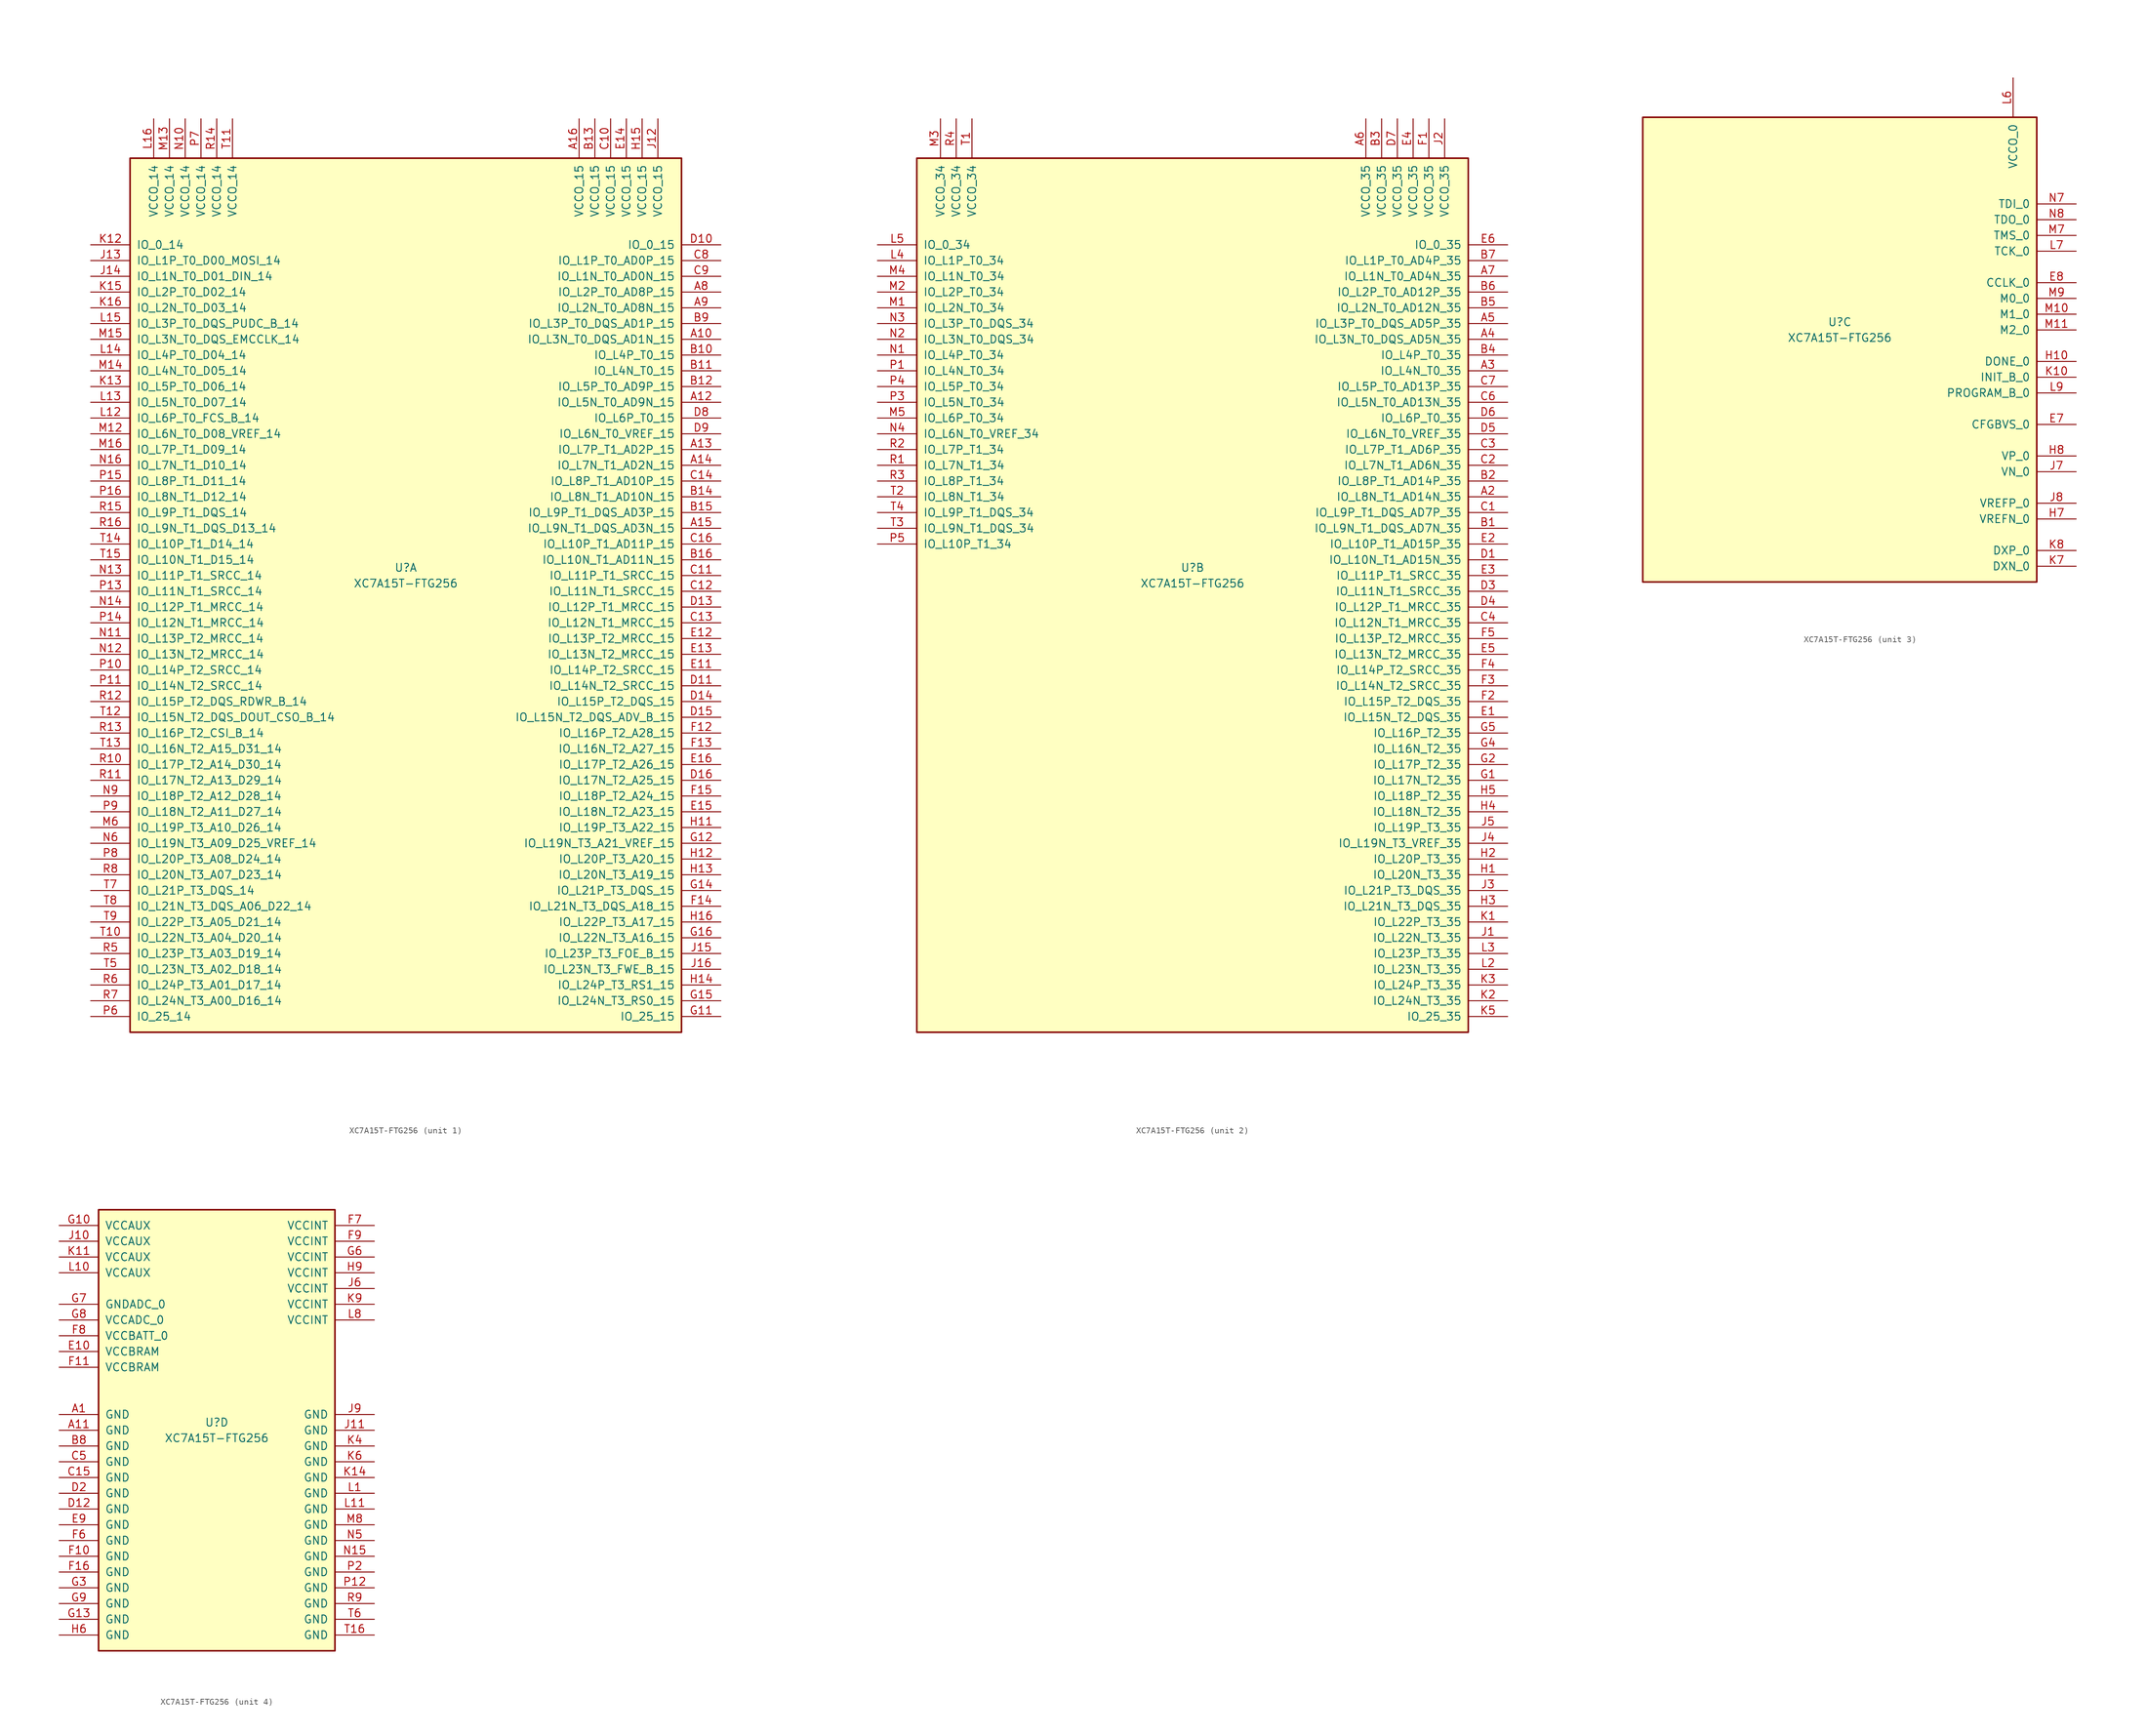
<source format=kicad_sym>
(kicad_symbol_lib
  (version 20211014)
  (generator kicad_symbol_editor)
  (symbol "XC7A15T-FTG256"
    (pin_names
      (offset 1.016))
    (property "Reference" "U"
      (at 0 1.27 0)
      (effects (font (size 1.27 1.27))))
    (property "Value" "XC7A15T-FTG256"
      (at 0 -1.27 0)
      (effects (font (size 1.27 1.27))))
    (property "Datasheet" ""
      (at 0 0 0)
      (effects (font (size 1.27 1.27))))
    (property "ki_locked" ""
      (at 0 0 0)
      (effects (font (size 1.27 1.27))))
    (symbol "XC7A15T-FTG256_1_1"
      (rectangle (start -44.45 67.31) (end 44.45 -73.66) (stroke (width 0.254) (type default) (color 0 0 0 0)) (fill (type background)))
      (pin bidirectional line (at 50.8 38.1 180) (length 6.35) (name "IO_L3N_T0_DQS_AD1N_15" (effects (font (size 1.27 1.27)))) (number "A10" (effects (font (size 1.27 1.27)))))
      (pin bidirectional line (at 50.8 27.94 180) (length 6.35) (name "IO_L5N_T0_AD9N_15" (effects (font (size 1.27 1.27)))) (number "A12" (effects (font (size 1.27 1.27)))))
      (pin bidirectional line (at 50.8 20.32 180) (length 6.35) (name "IO_L7P_T1_AD2P_15" (effects (font (size 1.27 1.27)))) (number "A13" (effects (font (size 1.27 1.27)))))
      (pin bidirectional line (at 50.8 17.78 180) (length 6.35) (name "IO_L7N_T1_AD2N_15" (effects (font (size 1.27 1.27)))) (number "A14" (effects (font (size 1.27 1.27)))))
      (pin bidirectional line (at 50.8 7.62 180) (length 6.35) (name "IO_L9N_T1_DQS_AD3N_15" (effects (font (size 1.27 1.27)))) (number "A15" (effects (font (size 1.27 1.27)))))
      (pin power_in line (at 27.94 73.66 270) (length 6.35) (name "VCCO_15" (effects (font (size 1.27 1.27)))) (number "A16" (effects (font (size 1.27 1.27)))))
      (pin bidirectional line (at 50.8 45.72 180) (length 6.35) (name "IO_L2P_T0_AD8P_15" (effects (font (size 1.27 1.27)))) (number "A8" (effects (font (size 1.27 1.27)))))
      (pin bidirectional line (at 50.8 43.18 180) (length 6.35) (name "IO_L2N_T0_AD8N_15" (effects (font (size 1.27 1.27)))) (number "A9" (effects (font (size 1.27 1.27)))))
      (pin bidirectional line (at 50.8 35.56 180) (length 6.35) (name "IO_L4P_T0_15" (effects (font (size 1.27 1.27)))) (number "B10" (effects (font (size 1.27 1.27)))))
      (pin bidirectional line (at 50.8 33.02 180) (length 6.35) (name "IO_L4N_T0_15" (effects (font (size 1.27 1.27)))) (number "B11" (effects (font (size 1.27 1.27)))))
      (pin bidirectional line (at 50.8 30.48 180) (length 6.35) (name "IO_L5P_T0_AD9P_15" (effects (font (size 1.27 1.27)))) (number "B12" (effects (font (size 1.27 1.27)))))
      (pin power_in line (at 30.48 73.66 270) (length 6.35) (name "VCCO_15" (effects (font (size 1.27 1.27)))) (number "B13" (effects (font (size 1.27 1.27)))))
      (pin bidirectional line (at 50.8 12.7 180) (length 6.35) (name "IO_L8N_T1_AD10N_15" (effects (font (size 1.27 1.27)))) (number "B14" (effects (font (size 1.27 1.27)))))
      (pin bidirectional line (at 50.8 10.16 180) (length 6.35) (name "IO_L9P_T1_DQS_AD3P_15" (effects (font (size 1.27 1.27)))) (number "B15" (effects (font (size 1.27 1.27)))))
      (pin bidirectional line (at 50.8 2.54 180) (length 6.35) (name "IO_L10N_T1_AD11N_15" (effects (font (size 1.27 1.27)))) (number "B16" (effects (font (size 1.27 1.27)))))
      (pin bidirectional line (at 50.8 40.64 180) (length 6.35) (name "IO_L3P_T0_DQS_AD1P_15" (effects (font (size 1.27 1.27)))) (number "B9" (effects (font (size 1.27 1.27)))))
      (pin power_in line (at 33.02 73.66 270) (length 6.35) (name "VCCO_15" (effects (font (size 1.27 1.27)))) (number "C10" (effects (font (size 1.27 1.27)))))
      (pin bidirectional line (at 50.8 0 180) (length 6.35) (name "IO_L11P_T1_SRCC_15" (effects (font (size 1.27 1.27)))) (number "C11" (effects (font (size 1.27 1.27)))))
      (pin bidirectional line (at 50.8 -2.54 180) (length 6.35) (name "IO_L11N_T1_SRCC_15" (effects (font (size 1.27 1.27)))) (number "C12" (effects (font (size 1.27 1.27)))))
      (pin bidirectional line (at 50.8 -7.62 180) (length 6.35) (name "IO_L12N_T1_MRCC_15" (effects (font (size 1.27 1.27)))) (number "C13" (effects (font (size 1.27 1.27)))))
      (pin bidirectional line (at 50.8 15.24 180) (length 6.35) (name "IO_L8P_T1_AD10P_15" (effects (font (size 1.27 1.27)))) (number "C14" (effects (font (size 1.27 1.27)))))
      (pin bidirectional line (at 50.8 5.08 180) (length 6.35) (name "IO_L10P_T1_AD11P_15" (effects (font (size 1.27 1.27)))) (number "C16" (effects (font (size 1.27 1.27)))))
      (pin bidirectional line (at 50.8 50.8 180) (length 6.35) (name "IO_L1P_T0_AD0P_15" (effects (font (size 1.27 1.27)))) (number "C8" (effects (font (size 1.27 1.27)))))
      (pin bidirectional line (at 50.8 48.26 180) (length 6.35) (name "IO_L1N_T0_AD0N_15" (effects (font (size 1.27 1.27)))) (number "C9" (effects (font (size 1.27 1.27)))))
      (pin bidirectional line (at 50.8 53.34 180) (length 6.35) (name "IO_0_15" (effects (font (size 1.27 1.27)))) (number "D10" (effects (font (size 1.27 1.27)))))
      (pin bidirectional line (at 50.8 -17.78 180) (length 6.35) (name "IO_L14N_T2_SRCC_15" (effects (font (size 1.27 1.27)))) (number "D11" (effects (font (size 1.27 1.27)))))
      (pin bidirectional line (at 50.8 -5.08 180) (length 6.35) (name "IO_L12P_T1_MRCC_15" (effects (font (size 1.27 1.27)))) (number "D13" (effects (font (size 1.27 1.27)))))
      (pin bidirectional line (at 50.8 -20.32 180) (length 6.35) (name "IO_L15P_T2_DQS_15" (effects (font (size 1.27 1.27)))) (number "D14" (effects (font (size 1.27 1.27)))))
      (pin bidirectional line (at 50.8 -22.86 180) (length 6.35) (name "IO_L15N_T2_DQS_ADV_B_15" (effects (font (size 1.27 1.27)))) (number "D15" (effects (font (size 1.27 1.27)))))
      (pin bidirectional line (at 50.8 -33.02 180) (length 6.35) (name "IO_L17N_T2_A25_15" (effects (font (size 1.27 1.27)))) (number "D16" (effects (font (size 1.27 1.27)))))
      (pin bidirectional line (at 50.8 25.4 180) (length 6.35) (name "IO_L6P_T0_15" (effects (font (size 1.27 1.27)))) (number "D8" (effects (font (size 1.27 1.27)))))
      (pin bidirectional line (at 50.8 22.86 180) (length 6.35) (name "IO_L6N_T0_VREF_15" (effects (font (size 1.27 1.27)))) (number "D9" (effects (font (size 1.27 1.27)))))
      (pin bidirectional line (at 50.8 -15.24 180) (length 6.35) (name "IO_L14P_T2_SRCC_15" (effects (font (size 1.27 1.27)))) (number "E11" (effects (font (size 1.27 1.27)))))
      (pin bidirectional line (at 50.8 -10.16 180) (length 6.35) (name "IO_L13P_T2_MRCC_15" (effects (font (size 1.27 1.27)))) (number "E12" (effects (font (size 1.27 1.27)))))
      (pin bidirectional line (at 50.8 -12.7 180) (length 6.35) (name "IO_L13N_T2_MRCC_15" (effects (font (size 1.27 1.27)))) (number "E13" (effects (font (size 1.27 1.27)))))
      (pin power_in line (at 35.56 73.66 270) (length 6.35) (name "VCCO_15" (effects (font (size 1.27 1.27)))) (number "E14" (effects (font (size 1.27 1.27)))))
      (pin bidirectional line (at 50.8 -38.1 180) (length 6.35) (name "IO_L18N_T2_A23_15" (effects (font (size 1.27 1.27)))) (number "E15" (effects (font (size 1.27 1.27)))))
      (pin bidirectional line (at 50.8 -30.48 180) (length 6.35) (name "IO_L17P_T2_A26_15" (effects (font (size 1.27 1.27)))) (number "E16" (effects (font (size 1.27 1.27)))))
      (pin bidirectional line (at 50.8 -25.4 180) (length 6.35) (name "IO_L16P_T2_A28_15" (effects (font (size 1.27 1.27)))) (number "F12" (effects (font (size 1.27 1.27)))))
      (pin bidirectional line (at 50.8 -27.94 180) (length 6.35) (name "IO_L16N_T2_A27_15" (effects (font (size 1.27 1.27)))) (number "F13" (effects (font (size 1.27 1.27)))))
      (pin bidirectional line (at 50.8 -53.34 180) (length 6.35) (name "IO_L21N_T3_DQS_A18_15" (effects (font (size 1.27 1.27)))) (number "F14" (effects (font (size 1.27 1.27)))))
      (pin bidirectional line (at 50.8 -35.56 180) (length 6.35) (name "IO_L18P_T2_A24_15" (effects (font (size 1.27 1.27)))) (number "F15" (effects (font (size 1.27 1.27)))))
      (pin bidirectional line (at 50.8 -71.12 180) (length 6.35) (name "IO_25_15" (effects (font (size 1.27 1.27)))) (number "G11" (effects (font (size 1.27 1.27)))))
      (pin bidirectional line (at 50.8 -43.18 180) (length 6.35) (name "IO_L19N_T3_A21_VREF_15" (effects (font (size 1.27 1.27)))) (number "G12" (effects (font (size 1.27 1.27)))))
      (pin bidirectional line (at 50.8 -50.8 180) (length 6.35) (name "IO_L21P_T3_DQS_15" (effects (font (size 1.27 1.27)))) (number "G14" (effects (font (size 1.27 1.27)))))
      (pin bidirectional line (at 50.8 -68.58 180) (length 6.35) (name "IO_L24N_T3_RS0_15" (effects (font (size 1.27 1.27)))) (number "G15" (effects (font (size 1.27 1.27)))))
      (pin bidirectional line (at 50.8 -58.42 180) (length 6.35) (name "IO_L22N_T3_A16_15" (effects (font (size 1.27 1.27)))) (number "G16" (effects (font (size 1.27 1.27)))))
      (pin bidirectional line (at 50.8 -40.64 180) (length 6.35) (name "IO_L19P_T3_A22_15" (effects (font (size 1.27 1.27)))) (number "H11" (effects (font (size 1.27 1.27)))))
      (pin bidirectional line (at 50.8 -45.72 180) (length 6.35) (name "IO_L20P_T3_A20_15" (effects (font (size 1.27 1.27)))) (number "H12" (effects (font (size 1.27 1.27)))))
      (pin bidirectional line (at 50.8 -48.26 180) (length 6.35) (name "IO_L20N_T3_A19_15" (effects (font (size 1.27 1.27)))) (number "H13" (effects (font (size 1.27 1.27)))))
      (pin bidirectional line (at 50.8 -66.04 180) (length 6.35) (name "IO_L24P_T3_RS1_15" (effects (font (size 1.27 1.27)))) (number "H14" (effects (font (size 1.27 1.27)))))
      (pin power_in line (at 38.1 73.66 270) (length 6.35) (name "VCCO_15" (effects (font (size 1.27 1.27)))) (number "H15" (effects (font (size 1.27 1.27)))))
      (pin bidirectional line (at 50.8 -55.88 180) (length 6.35) (name "IO_L22P_T3_A17_15" (effects (font (size 1.27 1.27)))) (number "H16" (effects (font (size 1.27 1.27)))))
      (pin power_in line (at 40.64 73.66 270) (length 6.35) (name "VCCO_15" (effects (font (size 1.27 1.27)))) (number "J12" (effects (font (size 1.27 1.27)))))
      (pin bidirectional line (at -50.8 50.8 0) (length 6.35) (name "IO_L1P_T0_D00_MOSI_14" (effects (font (size 1.27 1.27)))) (number "J13" (effects (font (size 1.27 1.27)))))
      (pin bidirectional line (at -50.8 48.26 0) (length 6.35) (name "IO_L1N_T0_D01_DIN_14" (effects (font (size 1.27 1.27)))) (number "J14" (effects (font (size 1.27 1.27)))))
      (pin bidirectional line (at 50.8 -60.96 180) (length 6.35) (name "IO_L23P_T3_FOE_B_15" (effects (font (size 1.27 1.27)))) (number "J15" (effects (font (size 1.27 1.27)))))
      (pin bidirectional line (at 50.8 -63.5 180) (length 6.35) (name "IO_L23N_T3_FWE_B_15" (effects (font (size 1.27 1.27)))) (number "J16" (effects (font (size 1.27 1.27)))))
      (pin bidirectional line (at -50.8 53.34 0) (length 6.35) (name "IO_0_14" (effects (font (size 1.27 1.27)))) (number "K12" (effects (font (size 1.27 1.27)))))
      (pin bidirectional line (at -50.8 30.48 0) (length 6.35) (name "IO_L5P_T0_D06_14" (effects (font (size 1.27 1.27)))) (number "K13" (effects (font (size 1.27 1.27)))))
      (pin bidirectional line (at -50.8 45.72 0) (length 6.35) (name "IO_L2P_T0_D02_14" (effects (font (size 1.27 1.27)))) (number "K15" (effects (font (size 1.27 1.27)))))
      (pin bidirectional line (at -50.8 43.18 0) (length 6.35) (name "IO_L2N_T0_D03_14" (effects (font (size 1.27 1.27)))) (number "K16" (effects (font (size 1.27 1.27)))))
      (pin bidirectional line (at -50.8 25.4 0) (length 6.35) (name "IO_L6P_T0_FCS_B_14" (effects (font (size 1.27 1.27)))) (number "L12" (effects (font (size 1.27 1.27)))))
      (pin bidirectional line (at -50.8 27.94 0) (length 6.35) (name "IO_L5N_T0_D07_14" (effects (font (size 1.27 1.27)))) (number "L13" (effects (font (size 1.27 1.27)))))
      (pin bidirectional line (at -50.8 35.56 0) (length 6.35) (name "IO_L4P_T0_D04_14" (effects (font (size 1.27 1.27)))) (number "L14" (effects (font (size 1.27 1.27)))))
      (pin bidirectional line (at -50.8 40.64 0) (length 6.35) (name "IO_L3P_T0_DQS_PUDC_B_14" (effects (font (size 1.27 1.27)))) (number "L15" (effects (font (size 1.27 1.27)))))
      (pin power_in line (at -40.64 73.66 270) (length 6.35) (name "VCCO_14" (effects (font (size 1.27 1.27)))) (number "L16" (effects (font (size 1.27 1.27)))))
      (pin bidirectional line (at -50.8 22.86 0) (length 6.35) (name "IO_L6N_T0_D08_VREF_14" (effects (font (size 1.27 1.27)))) (number "M12" (effects (font (size 1.27 1.27)))))
      (pin power_in line (at -38.1 73.66 270) (length 6.35) (name "VCCO_14" (effects (font (size 1.27 1.27)))) (number "M13" (effects (font (size 1.27 1.27)))))
      (pin bidirectional line (at -50.8 33.02 0) (length 6.35) (name "IO_L4N_T0_D05_14" (effects (font (size 1.27 1.27)))) (number "M14" (effects (font (size 1.27 1.27)))))
      (pin bidirectional line (at -50.8 38.1 0) (length 6.35) (name "IO_L3N_T0_DQS_EMCCLK_14" (effects (font (size 1.27 1.27)))) (number "M15" (effects (font (size 1.27 1.27)))))
      (pin bidirectional line (at -50.8 20.32 0) (length 6.35) (name "IO_L7P_T1_D09_14" (effects (font (size 1.27 1.27)))) (number "M16" (effects (font (size 1.27 1.27)))))
      (pin bidirectional line (at -50.8 -40.64 0) (length 6.35) (name "IO_L19P_T3_A10_D26_14" (effects (font (size 1.27 1.27)))) (number "M6" (effects (font (size 1.27 1.27)))))
      (pin power_in line (at -35.56 73.66 270) (length 6.35) (name "VCCO_14" (effects (font (size 1.27 1.27)))) (number "N10" (effects (font (size 1.27 1.27)))))
      (pin bidirectional line (at -50.8 -10.16 0) (length 6.35) (name "IO_L13P_T2_MRCC_14" (effects (font (size 1.27 1.27)))) (number "N11" (effects (font (size 1.27 1.27)))))
      (pin bidirectional line (at -50.8 -12.7 0) (length 6.35) (name "IO_L13N_T2_MRCC_14" (effects (font (size 1.27 1.27)))) (number "N12" (effects (font (size 1.27 1.27)))))
      (pin bidirectional line (at -50.8 0 0) (length 6.35) (name "IO_L11P_T1_SRCC_14" (effects (font (size 1.27 1.27)))) (number "N13" (effects (font (size 1.27 1.27)))))
      (pin bidirectional line (at -50.8 -5.08 0) (length 6.35) (name "IO_L12P_T1_MRCC_14" (effects (font (size 1.27 1.27)))) (number "N14" (effects (font (size 1.27 1.27)))))
      (pin bidirectional line (at -50.8 17.78 0) (length 6.35) (name "IO_L7N_T1_D10_14" (effects (font (size 1.27 1.27)))) (number "N16" (effects (font (size 1.27 1.27)))))
      (pin bidirectional line (at -50.8 -43.18 0) (length 6.35) (name "IO_L19N_T3_A09_D25_VREF_14" (effects (font (size 1.27 1.27)))) (number "N6" (effects (font (size 1.27 1.27)))))
      (pin bidirectional line (at -50.8 -35.56 0) (length 6.35) (name "IO_L18P_T2_A12_D28_14" (effects (font (size 1.27 1.27)))) (number "N9" (effects (font (size 1.27 1.27)))))
      (pin bidirectional line (at -50.8 -15.24 0) (length 6.35) (name "IO_L14P_T2_SRCC_14" (effects (font (size 1.27 1.27)))) (number "P10" (effects (font (size 1.27 1.27)))))
      (pin bidirectional line (at -50.8 -17.78 0) (length 6.35) (name "IO_L14N_T2_SRCC_14" (effects (font (size 1.27 1.27)))) (number "P11" (effects (font (size 1.27 1.27)))))
      (pin bidirectional line (at -50.8 -2.54 0) (length 6.35) (name "IO_L11N_T1_SRCC_14" (effects (font (size 1.27 1.27)))) (number "P13" (effects (font (size 1.27 1.27)))))
      (pin bidirectional line (at -50.8 -7.62 0) (length 6.35) (name "IO_L12N_T1_MRCC_14" (effects (font (size 1.27 1.27)))) (number "P14" (effects (font (size 1.27 1.27)))))
      (pin bidirectional line (at -50.8 15.24 0) (length 6.35) (name "IO_L8P_T1_D11_14" (effects (font (size 1.27 1.27)))) (number "P15" (effects (font (size 1.27 1.27)))))
      (pin bidirectional line (at -50.8 12.7 0) (length 6.35) (name "IO_L8N_T1_D12_14" (effects (font (size 1.27 1.27)))) (number "P16" (effects (font (size 1.27 1.27)))))
      (pin bidirectional line (at -50.8 -71.12 0) (length 6.35) (name "IO_25_14" (effects (font (size 1.27 1.27)))) (number "P6" (effects (font (size 1.27 1.27)))))
      (pin power_in line (at -33.02 73.66 270) (length 6.35) (name "VCCO_14" (effects (font (size 1.27 1.27)))) (number "P7" (effects (font (size 1.27 1.27)))))
      (pin bidirectional line (at -50.8 -45.72 0) (length 6.35) (name "IO_L20P_T3_A08_D24_14" (effects (font (size 1.27 1.27)))) (number "P8" (effects (font (size 1.27 1.27)))))
      (pin bidirectional line (at -50.8 -38.1 0) (length 6.35) (name "IO_L18N_T2_A11_D27_14" (effects (font (size 1.27 1.27)))) (number "P9" (effects (font (size 1.27 1.27)))))
      (pin bidirectional line (at -50.8 -30.48 0) (length 6.35) (name "IO_L17P_T2_A14_D30_14" (effects (font (size 1.27 1.27)))) (number "R10" (effects (font (size 1.27 1.27)))))
      (pin bidirectional line (at -50.8 -33.02 0) (length 6.35) (name "IO_L17N_T2_A13_D29_14" (effects (font (size 1.27 1.27)))) (number "R11" (effects (font (size 1.27 1.27)))))
      (pin bidirectional line (at -50.8 -20.32 0) (length 6.35) (name "IO_L15P_T2_DQS_RDWR_B_14" (effects (font (size 1.27 1.27)))) (number "R12" (effects (font (size 1.27 1.27)))))
      (pin bidirectional line (at -50.8 -25.4 0) (length 6.35) (name "IO_L16P_T2_CSI_B_14" (effects (font (size 1.27 1.27)))) (number "R13" (effects (font (size 1.27 1.27)))))
      (pin power_in line (at -30.48 73.66 270) (length 6.35) (name "VCCO_14" (effects (font (size 1.27 1.27)))) (number "R14" (effects (font (size 1.27 1.27)))))
      (pin bidirectional line (at -50.8 10.16 0) (length 6.35) (name "IO_L9P_T1_DQS_14" (effects (font (size 1.27 1.27)))) (number "R15" (effects (font (size 1.27 1.27)))))
      (pin bidirectional line (at -50.8 7.62 0) (length 6.35) (name "IO_L9N_T1_DQS_D13_14" (effects (font (size 1.27 1.27)))) (number "R16" (effects (font (size 1.27 1.27)))))
      (pin bidirectional line (at -50.8 -60.96 0) (length 6.35) (name "IO_L23P_T3_A03_D19_14" (effects (font (size 1.27 1.27)))) (number "R5" (effects (font (size 1.27 1.27)))))
      (pin bidirectional line (at -50.8 -66.04 0) (length 6.35) (name "IO_L24P_T3_A01_D17_14" (effects (font (size 1.27 1.27)))) (number "R6" (effects (font (size 1.27 1.27)))))
      (pin bidirectional line (at -50.8 -68.58 0) (length 6.35) (name "IO_L24N_T3_A00_D16_14" (effects (font (size 1.27 1.27)))) (number "R7" (effects (font (size 1.27 1.27)))))
      (pin bidirectional line (at -50.8 -48.26 0) (length 6.35) (name "IO_L20N_T3_A07_D23_14" (effects (font (size 1.27 1.27)))) (number "R8" (effects (font (size 1.27 1.27)))))
      (pin bidirectional line (at -50.8 -58.42 0) (length 6.35) (name "IO_L22N_T3_A04_D20_14" (effects (font (size 1.27 1.27)))) (number "T10" (effects (font (size 1.27 1.27)))))
      (pin power_in line (at -27.94 73.66 270) (length 6.35) (name "VCCO_14" (effects (font (size 1.27 1.27)))) (number "T11" (effects (font (size 1.27 1.27)))))
      (pin bidirectional line (at -50.8 -22.86 0) (length 6.35) (name "IO_L15N_T2_DQS_DOUT_CSO_B_14" (effects (font (size 1.27 1.27)))) (number "T12" (effects (font (size 1.27 1.27)))))
      (pin bidirectional line (at -50.8 -27.94 0) (length 6.35) (name "IO_L16N_T2_A15_D31_14" (effects (font (size 1.27 1.27)))) (number "T13" (effects (font (size 1.27 1.27)))))
      (pin bidirectional line (at -50.8 5.08 0) (length 6.35) (name "IO_L10P_T1_D14_14" (effects (font (size 1.27 1.27)))) (number "T14" (effects (font (size 1.27 1.27)))))
      (pin bidirectional line (at -50.8 2.54 0) (length 6.35) (name "IO_L10N_T1_D15_14" (effects (font (size 1.27 1.27)))) (number "T15" (effects (font (size 1.27 1.27)))))
      (pin bidirectional line (at -50.8 -63.5 0) (length 6.35) (name "IO_L23N_T3_A02_D18_14" (effects (font (size 1.27 1.27)))) (number "T5" (effects (font (size 1.27 1.27)))))
      (pin bidirectional line (at -50.8 -50.8 0) (length 6.35) (name "IO_L21P_T3_DQS_14" (effects (font (size 1.27 1.27)))) (number "T7" (effects (font (size 1.27 1.27)))))
      (pin bidirectional line (at -50.8 -53.34 0) (length 6.35) (name "IO_L21N_T3_DQS_A06_D22_14" (effects (font (size 1.27 1.27)))) (number "T8" (effects (font (size 1.27 1.27)))))
      (pin bidirectional line (at -50.8 -55.88 0) (length 6.35) (name "IO_L22P_T3_A05_D21_14" (effects (font (size 1.27 1.27)))) (number "T9" (effects (font (size 1.27 1.27))))))
    (symbol "XC7A15T-FTG256_2_1"
      (rectangle (start -44.45 67.31) (end 44.45 -73.66) (stroke (width 0.254) (type default) (color 0 0 0 0)) (fill (type background)))
      (pin bidirectional line (at 50.8 12.7 180) (length 6.35) (name "IO_L8N_T1_AD14N_35" (effects (font (size 1.27 1.27)))) (number "A2" (effects (font (size 1.27 1.27)))))
      (pin bidirectional line (at 50.8 33.02 180) (length 6.35) (name "IO_L4N_T0_35" (effects (font (size 1.27 1.27)))) (number "A3" (effects (font (size 1.27 1.27)))))
      (pin bidirectional line (at 50.8 38.1 180) (length 6.35) (name "IO_L3N_T0_DQS_AD5N_35" (effects (font (size 1.27 1.27)))) (number "A4" (effects (font (size 1.27 1.27)))))
      (pin bidirectional line (at 50.8 40.64 180) (length 6.35) (name "IO_L3P_T0_DQS_AD5P_35" (effects (font (size 1.27 1.27)))) (number "A5" (effects (font (size 1.27 1.27)))))
      (pin power_in line (at 27.94 73.66 270) (length 6.35) (name "VCCO_35" (effects (font (size 1.27 1.27)))) (number "A6" (effects (font (size 1.27 1.27)))))
      (pin bidirectional line (at 50.8 48.26 180) (length 6.35) (name "IO_L1N_T0_AD4N_35" (effects (font (size 1.27 1.27)))) (number "A7" (effects (font (size 1.27 1.27)))))
      (pin bidirectional line (at 50.8 7.62 180) (length 6.35) (name "IO_L9N_T1_DQS_AD7N_35" (effects (font (size 1.27 1.27)))) (number "B1" (effects (font (size 1.27 1.27)))))
      (pin bidirectional line (at 50.8 15.24 180) (length 6.35) (name "IO_L8P_T1_AD14P_35" (effects (font (size 1.27 1.27)))) (number "B2" (effects (font (size 1.27 1.27)))))
      (pin power_in line (at 30.48 73.66 270) (length 6.35) (name "VCCO_35" (effects (font (size 1.27 1.27)))) (number "B3" (effects (font (size 1.27 1.27)))))
      (pin bidirectional line (at 50.8 35.56 180) (length 6.35) (name "IO_L4P_T0_35" (effects (font (size 1.27 1.27)))) (number "B4" (effects (font (size 1.27 1.27)))))
      (pin bidirectional line (at 50.8 43.18 180) (length 6.35) (name "IO_L2N_T0_AD12N_35" (effects (font (size 1.27 1.27)))) (number "B5" (effects (font (size 1.27 1.27)))))
      (pin bidirectional line (at 50.8 45.72 180) (length 6.35) (name "IO_L2P_T0_AD12P_35" (effects (font (size 1.27 1.27)))) (number "B6" (effects (font (size 1.27 1.27)))))
      (pin bidirectional line (at 50.8 50.8 180) (length 6.35) (name "IO_L1P_T0_AD4P_35" (effects (font (size 1.27 1.27)))) (number "B7" (effects (font (size 1.27 1.27)))))
      (pin bidirectional line (at 50.8 10.16 180) (length 6.35) (name "IO_L9P_T1_DQS_AD7P_35" (effects (font (size 1.27 1.27)))) (number "C1" (effects (font (size 1.27 1.27)))))
      (pin bidirectional line (at 50.8 17.78 180) (length 6.35) (name "IO_L7N_T1_AD6N_35" (effects (font (size 1.27 1.27)))) (number "C2" (effects (font (size 1.27 1.27)))))
      (pin bidirectional line (at 50.8 20.32 180) (length 6.35) (name "IO_L7P_T1_AD6P_35" (effects (font (size 1.27 1.27)))) (number "C3" (effects (font (size 1.27 1.27)))))
      (pin bidirectional line (at 50.8 -7.62 180) (length 6.35) (name "IO_L12N_T1_MRCC_35" (effects (font (size 1.27 1.27)))) (number "C4" (effects (font (size 1.27 1.27)))))
      (pin bidirectional line (at 50.8 27.94 180) (length 6.35) (name "IO_L5N_T0_AD13N_35" (effects (font (size 1.27 1.27)))) (number "C6" (effects (font (size 1.27 1.27)))))
      (pin bidirectional line (at 50.8 30.48 180) (length 6.35) (name "IO_L5P_T0_AD13P_35" (effects (font (size 1.27 1.27)))) (number "C7" (effects (font (size 1.27 1.27)))))
      (pin bidirectional line (at 50.8 2.54 180) (length 6.35) (name "IO_L10N_T1_AD15N_35" (effects (font (size 1.27 1.27)))) (number "D1" (effects (font (size 1.27 1.27)))))
      (pin bidirectional line (at 50.8 -2.54 180) (length 6.35) (name "IO_L11N_T1_SRCC_35" (effects (font (size 1.27 1.27)))) (number "D3" (effects (font (size 1.27 1.27)))))
      (pin bidirectional line (at 50.8 -5.08 180) (length 6.35) (name "IO_L12P_T1_MRCC_35" (effects (font (size 1.27 1.27)))) (number "D4" (effects (font (size 1.27 1.27)))))
      (pin bidirectional line (at 50.8 22.86 180) (length 6.35) (name "IO_L6N_T0_VREF_35" (effects (font (size 1.27 1.27)))) (number "D5" (effects (font (size 1.27 1.27)))))
      (pin bidirectional line (at 50.8 25.4 180) (length 6.35) (name "IO_L6P_T0_35" (effects (font (size 1.27 1.27)))) (number "D6" (effects (font (size 1.27 1.27)))))
      (pin power_in line (at 33.02 73.66 270) (length 6.35) (name "VCCO_35" (effects (font (size 1.27 1.27)))) (number "D7" (effects (font (size 1.27 1.27)))))
      (pin bidirectional line (at 50.8 -22.86 180) (length 6.35) (name "IO_L15N_T2_DQS_35" (effects (font (size 1.27 1.27)))) (number "E1" (effects (font (size 1.27 1.27)))))
      (pin bidirectional line (at 50.8 5.08 180) (length 6.35) (name "IO_L10P_T1_AD15P_35" (effects (font (size 1.27 1.27)))) (number "E2" (effects (font (size 1.27 1.27)))))
      (pin bidirectional line (at 50.8 0 180) (length 6.35) (name "IO_L11P_T1_SRCC_35" (effects (font (size 1.27 1.27)))) (number "E3" (effects (font (size 1.27 1.27)))))
      (pin power_in line (at 35.56 73.66 270) (length 6.35) (name "VCCO_35" (effects (font (size 1.27 1.27)))) (number "E4" (effects (font (size 1.27 1.27)))))
      (pin bidirectional line (at 50.8 -12.7 180) (length 6.35) (name "IO_L13N_T2_MRCC_35" (effects (font (size 1.27 1.27)))) (number "E5" (effects (font (size 1.27 1.27)))))
      (pin bidirectional line (at 50.8 53.34 180) (length 6.35) (name "IO_0_35" (effects (font (size 1.27 1.27)))) (number "E6" (effects (font (size 1.27 1.27)))))
      (pin power_in line (at 38.1 73.66 270) (length 6.35) (name "VCCO_35" (effects (font (size 1.27 1.27)))) (number "F1" (effects (font (size 1.27 1.27)))))
      (pin bidirectional line (at 50.8 -20.32 180) (length 6.35) (name "IO_L15P_T2_DQS_35" (effects (font (size 1.27 1.27)))) (number "F2" (effects (font (size 1.27 1.27)))))
      (pin bidirectional line (at 50.8 -17.78 180) (length 6.35) (name "IO_L14N_T2_SRCC_35" (effects (font (size 1.27 1.27)))) (number "F3" (effects (font (size 1.27 1.27)))))
      (pin bidirectional line (at 50.8 -15.24 180) (length 6.35) (name "IO_L14P_T2_SRCC_35" (effects (font (size 1.27 1.27)))) (number "F4" (effects (font (size 1.27 1.27)))))
      (pin bidirectional line (at 50.8 -10.16 180) (length 6.35) (name "IO_L13P_T2_MRCC_35" (effects (font (size 1.27 1.27)))) (number "F5" (effects (font (size 1.27 1.27)))))
      (pin bidirectional line (at 50.8 -33.02 180) (length 6.35) (name "IO_L17N_T2_35" (effects (font (size 1.27 1.27)))) (number "G1" (effects (font (size 1.27 1.27)))))
      (pin bidirectional line (at 50.8 -30.48 180) (length 6.35) (name "IO_L17P_T2_35" (effects (font (size 1.27 1.27)))) (number "G2" (effects (font (size 1.27 1.27)))))
      (pin bidirectional line (at 50.8 -27.94 180) (length 6.35) (name "IO_L16N_T2_35" (effects (font (size 1.27 1.27)))) (number "G4" (effects (font (size 1.27 1.27)))))
      (pin bidirectional line (at 50.8 -25.4 180) (length 6.35) (name "IO_L16P_T2_35" (effects (font (size 1.27 1.27)))) (number "G5" (effects (font (size 1.27 1.27)))))
      (pin bidirectional line (at 50.8 -48.26 180) (length 6.35) (name "IO_L20N_T3_35" (effects (font (size 1.27 1.27)))) (number "H1" (effects (font (size 1.27 1.27)))))
      (pin bidirectional line (at 50.8 -45.72 180) (length 6.35) (name "IO_L20P_T3_35" (effects (font (size 1.27 1.27)))) (number "H2" (effects (font (size 1.27 1.27)))))
      (pin bidirectional line (at 50.8 -53.34 180) (length 6.35) (name "IO_L21N_T3_DQS_35" (effects (font (size 1.27 1.27)))) (number "H3" (effects (font (size 1.27 1.27)))))
      (pin bidirectional line (at 50.8 -38.1 180) (length 6.35) (name "IO_L18N_T2_35" (effects (font (size 1.27 1.27)))) (number "H4" (effects (font (size 1.27 1.27)))))
      (pin bidirectional line (at 50.8 -35.56 180) (length 6.35) (name "IO_L18P_T2_35" (effects (font (size 1.27 1.27)))) (number "H5" (effects (font (size 1.27 1.27)))))
      (pin bidirectional line (at 50.8 -58.42 180) (length 6.35) (name "IO_L22N_T3_35" (effects (font (size 1.27 1.27)))) (number "J1" (effects (font (size 1.27 1.27)))))
      (pin power_in line (at 40.64 73.66 270) (length 6.35) (name "VCCO_35" (effects (font (size 1.27 1.27)))) (number "J2" (effects (font (size 1.27 1.27)))))
      (pin bidirectional line (at 50.8 -50.8 180) (length 6.35) (name "IO_L21P_T3_DQS_35" (effects (font (size 1.27 1.27)))) (number "J3" (effects (font (size 1.27 1.27)))))
      (pin bidirectional line (at 50.8 -43.18 180) (length 6.35) (name "IO_L19N_T3_VREF_35" (effects (font (size 1.27 1.27)))) (number "J4" (effects (font (size 1.27 1.27)))))
      (pin bidirectional line (at 50.8 -40.64 180) (length 6.35) (name "IO_L19P_T3_35" (effects (font (size 1.27 1.27)))) (number "J5" (effects (font (size 1.27 1.27)))))
      (pin bidirectional line (at 50.8 -55.88 180) (length 6.35) (name "IO_L22P_T3_35" (effects (font (size 1.27 1.27)))) (number "K1" (effects (font (size 1.27 1.27)))))
      (pin bidirectional line (at 50.8 -68.58 180) (length 6.35) (name "IO_L24N_T3_35" (effects (font (size 1.27 1.27)))) (number "K2" (effects (font (size 1.27 1.27)))))
      (pin bidirectional line (at 50.8 -66.04 180) (length 6.35) (name "IO_L24P_T3_35" (effects (font (size 1.27 1.27)))) (number "K3" (effects (font (size 1.27 1.27)))))
      (pin bidirectional line (at 50.8 -71.12 180) (length 6.35) (name "IO_25_35" (effects (font (size 1.27 1.27)))) (number "K5" (effects (font (size 1.27 1.27)))))
      (pin bidirectional line (at 50.8 -63.5 180) (length 6.35) (name "IO_L23N_T3_35" (effects (font (size 1.27 1.27)))) (number "L2" (effects (font (size 1.27 1.27)))))
      (pin bidirectional line (at 50.8 -60.96 180) (length 6.35) (name "IO_L23P_T3_35" (effects (font (size 1.27 1.27)))) (number "L3" (effects (font (size 1.27 1.27)))))
      (pin bidirectional line (at -50.8 50.8 0) (length 6.35) (name "IO_L1P_T0_34" (effects (font (size 1.27 1.27)))) (number "L4" (effects (font (size 1.27 1.27)))))
      (pin bidirectional line (at -50.8 53.34 0) (length 6.35) (name "IO_0_34" (effects (font (size 1.27 1.27)))) (number "L5" (effects (font (size 1.27 1.27)))))
      (pin bidirectional line (at -50.8 43.18 0) (length 6.35) (name "IO_L2N_T0_34" (effects (font (size 1.27 1.27)))) (number "M1" (effects (font (size 1.27 1.27)))))
      (pin bidirectional line (at -50.8 45.72 0) (length 6.35) (name "IO_L2P_T0_34" (effects (font (size 1.27 1.27)))) (number "M2" (effects (font (size 1.27 1.27)))))
      (pin power_in line (at -40.64 73.66 270) (length 6.35) (name "VCCO_34" (effects (font (size 1.27 1.27)))) (number "M3" (effects (font (size 1.27 1.27)))))
      (pin bidirectional line (at -50.8 48.26 0) (length 6.35) (name "IO_L1N_T0_34" (effects (font (size 1.27 1.27)))) (number "M4" (effects (font (size 1.27 1.27)))))
      (pin bidirectional line (at -50.8 25.4 0) (length 6.35) (name "IO_L6P_T0_34" (effects (font (size 1.27 1.27)))) (number "M5" (effects (font (size 1.27 1.27)))))
      (pin bidirectional line (at -50.8 35.56 0) (length 6.35) (name "IO_L4P_T0_34" (effects (font (size 1.27 1.27)))) (number "N1" (effects (font (size 1.27 1.27)))))
      (pin bidirectional line (at -50.8 38.1 0) (length 6.35) (name "IO_L3N_T0_DQS_34" (effects (font (size 1.27 1.27)))) (number "N2" (effects (font (size 1.27 1.27)))))
      (pin bidirectional line (at -50.8 40.64 0) (length 6.35) (name "IO_L3P_T0_DQS_34" (effects (font (size 1.27 1.27)))) (number "N3" (effects (font (size 1.27 1.27)))))
      (pin bidirectional line (at -50.8 22.86 0) (length 6.35) (name "IO_L6N_T0_VREF_34" (effects (font (size 1.27 1.27)))) (number "N4" (effects (font (size 1.27 1.27)))))
      (pin bidirectional line (at -50.8 33.02 0) (length 6.35) (name "IO_L4N_T0_34" (effects (font (size 1.27 1.27)))) (number "P1" (effects (font (size 1.27 1.27)))))
      (pin bidirectional line (at -50.8 27.94 0) (length 6.35) (name "IO_L5N_T0_34" (effects (font (size 1.27 1.27)))) (number "P3" (effects (font (size 1.27 1.27)))))
      (pin bidirectional line (at -50.8 30.48 0) (length 6.35) (name "IO_L5P_T0_34" (effects (font (size 1.27 1.27)))) (number "P4" (effects (font (size 1.27 1.27)))))
      (pin bidirectional line (at -50.8 5.08 0) (length 6.35) (name "IO_L10P_T1_34" (effects (font (size 1.27 1.27)))) (number "P5" (effects (font (size 1.27 1.27)))))
      (pin bidirectional line (at -50.8 17.78 0) (length 6.35) (name "IO_L7N_T1_34" (effects (font (size 1.27 1.27)))) (number "R1" (effects (font (size 1.27 1.27)))))
      (pin bidirectional line (at -50.8 20.32 0) (length 6.35) (name "IO_L7P_T1_34" (effects (font (size 1.27 1.27)))) (number "R2" (effects (font (size 1.27 1.27)))))
      (pin bidirectional line (at -50.8 15.24 0) (length 6.35) (name "IO_L8P_T1_34" (effects (font (size 1.27 1.27)))) (number "R3" (effects (font (size 1.27 1.27)))))
      (pin power_in line (at -38.1 73.66 270) (length 6.35) (name "VCCO_34" (effects (font (size 1.27 1.27)))) (number "R4" (effects (font (size 1.27 1.27)))))
      (pin power_in line (at -35.56 73.66 270) (length 6.35) (name "VCCO_34" (effects (font (size 1.27 1.27)))) (number "T1" (effects (font (size 1.27 1.27)))))
      (pin bidirectional line (at -50.8 12.7 0) (length 6.35) (name "IO_L8N_T1_34" (effects (font (size 1.27 1.27)))) (number "T2" (effects (font (size 1.27 1.27)))))
      (pin bidirectional line (at -50.8 7.62 0) (length 6.35) (name "IO_L9N_T1_DQS_34" (effects (font (size 1.27 1.27)))) (number "T3" (effects (font (size 1.27 1.27)))))
      (pin bidirectional line (at -50.8 10.16 0) (length 6.35) (name "IO_L9P_T1_DQS_34" (effects (font (size 1.27 1.27)))) (number "T4" (effects (font (size 1.27 1.27))))))
    (symbol "XC7A15T-FTG256_3_1"
      (rectangle (start -31.75 34.29) (end 31.75 -40.64) (stroke (width 0.254) (type default) (color 0 0 0 0)) (fill (type background)))
      (pin bidirectional line (at 38.1 -15.24 180) (length 6.35) (name "CFGBVS_0" (effects (font (size 1.27 1.27)))) (number "E7" (effects (font (size 1.27 1.27)))))
      (pin bidirectional line (at 38.1 7.62 180) (length 6.35) (name "CCLK_0" (effects (font (size 1.27 1.27)))) (number "E8" (effects (font (size 1.27 1.27)))))
      (pin bidirectional line (at 38.1 -5.08 180) (length 6.35) (name "DONE_0" (effects (font (size 1.27 1.27)))) (number "H10" (effects (font (size 1.27 1.27)))))
      (pin bidirectional line (at 38.1 -30.48 180) (length 6.35) (name "VREFN_0" (effects (font (size 1.27 1.27)))) (number "H7" (effects (font (size 1.27 1.27)))))
      (pin bidirectional line (at 38.1 -20.32 180) (length 6.35) (name "VP_0" (effects (font (size 1.27 1.27)))) (number "H8" (effects (font (size 1.27 1.27)))))
      (pin bidirectional line (at 38.1 -22.86 180) (length 6.35) (name "VN_0" (effects (font (size 1.27 1.27)))) (number "J7" (effects (font (size 1.27 1.27)))))
      (pin bidirectional line (at 38.1 -27.94 180) (length 6.35) (name "VREFP_0" (effects (font (size 1.27 1.27)))) (number "J8" (effects (font (size 1.27 1.27)))))
      (pin bidirectional line (at 38.1 -7.62 180) (length 6.35) (name "INIT_B_0" (effects (font (size 1.27 1.27)))) (number "K10" (effects (font (size 1.27 1.27)))))
      (pin bidirectional line (at 38.1 -38.1 180) (length 6.35) (name "DXN_0" (effects (font (size 1.27 1.27)))) (number "K7" (effects (font (size 1.27 1.27)))))
      (pin bidirectional line (at 38.1 -35.56 180) (length 6.35) (name "DXP_0" (effects (font (size 1.27 1.27)))) (number "K8" (effects (font (size 1.27 1.27)))))
      (pin power_in line (at 27.94 40.64 270) (length 6.35) (name "VCCO_0" (effects (font (size 1.27 1.27)))) (number "L6" (effects (font (size 1.27 1.27)))))
      (pin bidirectional line (at 38.1 12.7 180) (length 6.35) (name "TCK_0" (effects (font (size 1.27 1.27)))) (number "L7" (effects (font (size 1.27 1.27)))))
      (pin bidirectional line (at 38.1 -10.16 180) (length 6.35) (name "PROGRAM_B_0" (effects (font (size 1.27 1.27)))) (number "L9" (effects (font (size 1.27 1.27)))))
      (pin bidirectional line (at 38.1 2.54 180) (length 6.35) (name "M1_0" (effects (font (size 1.27 1.27)))) (number "M10" (effects (font (size 1.27 1.27)))))
      (pin bidirectional line (at 38.1 0 180) (length 6.35) (name "M2_0" (effects (font (size 1.27 1.27)))) (number "M11" (effects (font (size 1.27 1.27)))))
      (pin bidirectional line (at 38.1 15.24 180) (length 6.35) (name "TMS_0" (effects (font (size 1.27 1.27)))) (number "M7" (effects (font (size 1.27 1.27)))))
      (pin bidirectional line (at 38.1 5.08 180) (length 6.35) (name "M0_0" (effects (font (size 1.27 1.27)))) (number "M9" (effects (font (size 1.27 1.27)))))
      (pin bidirectional line (at 38.1 20.32 180) (length 6.35) (name "TDI_0" (effects (font (size 1.27 1.27)))) (number "N7" (effects (font (size 1.27 1.27)))))
      (pin bidirectional line (at 38.1 17.78 180) (length 6.35) (name "TDO_0" (effects (font (size 1.27 1.27)))) (number "N8" (effects (font (size 1.27 1.27))))))
    (symbol "XC7A15T-FTG256_4_1"
      (rectangle (start -19.05 35.56) (end 19.05 -35.56) (stroke (width 0.254) (type default) (color 0 0 0 0)) (fill (type background)))
      (pin power_in line (at -25.4 2.54 0) (length 6.35) (name "GND" (effects (font (size 1.27 1.27)))) (number "A1" (effects (font (size 1.27 1.27)))))
      (pin power_in line (at -25.4 0 0) (length 6.35) (name "GND" (effects (font (size 1.27 1.27)))) (number "A11" (effects (font (size 1.27 1.27)))))
      (pin power_in line (at -25.4 -2.54 0) (length 6.35) (name "GND" (effects (font (size 1.27 1.27)))) (number "B8" (effects (font (size 1.27 1.27)))))
      (pin power_in line (at -25.4 -7.62 0) (length 6.35) (name "GND" (effects (font (size 1.27 1.27)))) (number "C15" (effects (font (size 1.27 1.27)))))
      (pin power_in line (at -25.4 -5.08 0) (length 6.35) (name "GND" (effects (font (size 1.27 1.27)))) (number "C5" (effects (font (size 1.27 1.27)))))
      (pin power_in line (at -25.4 -12.7 0) (length 6.35) (name "GND" (effects (font (size 1.27 1.27)))) (number "D12" (effects (font (size 1.27 1.27)))))
      (pin power_in line (at -25.4 -10.16 0) (length 6.35) (name "GND" (effects (font (size 1.27 1.27)))) (number "D2" (effects (font (size 1.27 1.27)))))
      (pin power_in line (at -25.4 12.7 0) (length 6.35) (name "VCCBRAM" (effects (font (size 1.27 1.27)))) (number "E10" (effects (font (size 1.27 1.27)))))
      (pin power_in line (at -25.4 -15.24 0) (length 6.35) (name "GND" (effects (font (size 1.27 1.27)))) (number "E9" (effects (font (size 1.27 1.27)))))
      (pin power_in line (at -25.4 -20.32 0) (length 6.35) (name "GND" (effects (font (size 1.27 1.27)))) (number "F10" (effects (font (size 1.27 1.27)))))
      (pin power_in line (at -25.4 10.16 0) (length 6.35) (name "VCCBRAM" (effects (font (size 1.27 1.27)))) (number "F11" (effects (font (size 1.27 1.27)))))
      (pin power_in line (at -25.4 -22.86 0) (length 6.35) (name "GND" (effects (font (size 1.27 1.27)))) (number "F16" (effects (font (size 1.27 1.27)))))
      (pin power_in line (at -25.4 -17.78 0) (length 6.35) (name "GND" (effects (font (size 1.27 1.27)))) (number "F6" (effects (font (size 1.27 1.27)))))
      (pin power_in line (at 25.4 33.02 180) (length 6.35) (name "VCCINT" (effects (font (size 1.27 1.27)))) (number "F7" (effects (font (size 1.27 1.27)))))
      (pin power_in line (at -25.4 15.24 0) (length 6.35) (name "VCCBATT_0" (effects (font (size 1.27 1.27)))) (number "F8" (effects (font (size 1.27 1.27)))))
      (pin power_in line (at 25.4 30.48 180) (length 6.35) (name "VCCINT" (effects (font (size 1.27 1.27)))) (number "F9" (effects (font (size 1.27 1.27)))))
      (pin power_in line (at -25.4 33.02 0) (length 6.35) (name "VCCAUX" (effects (font (size 1.27 1.27)))) (number "G10" (effects (font (size 1.27 1.27)))))
      (pin power_in line (at -25.4 -30.48 0) (length 6.35) (name "GND" (effects (font (size 1.27 1.27)))) (number "G13" (effects (font (size 1.27 1.27)))))
      (pin power_in line (at -25.4 -25.4 0) (length 6.35) (name "GND" (effects (font (size 1.27 1.27)))) (number "G3" (effects (font (size 1.27 1.27)))))
      (pin power_in line (at 25.4 27.94 180) (length 6.35) (name "VCCINT" (effects (font (size 1.27 1.27)))) (number "G6" (effects (font (size 1.27 1.27)))))
      (pin power_in line (at -25.4 20.32 0) (length 6.35) (name "GNDADC_0" (effects (font (size 1.27 1.27)))) (number "G7" (effects (font (size 1.27 1.27)))))
      (pin power_in line (at -25.4 17.78 0) (length 6.35) (name "VCCADC_0" (effects (font (size 1.27 1.27)))) (number "G8" (effects (font (size 1.27 1.27)))))
      (pin power_in line (at -25.4 -27.94 0) (length 6.35) (name "GND" (effects (font (size 1.27 1.27)))) (number "G9" (effects (font (size 1.27 1.27)))))
      (pin power_in line (at -25.4 -33.02 0) (length 6.35) (name "GND" (effects (font (size 1.27 1.27)))) (number "H6" (effects (font (size 1.27 1.27)))))
      (pin power_in line (at 25.4 25.4 180) (length 6.35) (name "VCCINT" (effects (font (size 1.27 1.27)))) (number "H9" (effects (font (size 1.27 1.27)))))
      (pin power_in line (at -25.4 30.48 0) (length 6.35) (name "VCCAUX" (effects (font (size 1.27 1.27)))) (number "J10" (effects (font (size 1.27 1.27)))))
      (pin power_in line (at 25.4 0 180) (length 6.35) (name "GND" (effects (font (size 1.27 1.27)))) (number "J11" (effects (font (size 1.27 1.27)))))
      (pin power_in line (at 25.4 22.86 180) (length 6.35) (name "VCCINT" (effects (font (size 1.27 1.27)))) (number "J6" (effects (font (size 1.27 1.27)))))
      (pin power_in line (at 25.4 2.54 180) (length 6.35) (name "GND" (effects (font (size 1.27 1.27)))) (number "J9" (effects (font (size 1.27 1.27)))))
      (pin power_in line (at -25.4 27.94 0) (length 6.35) (name "VCCAUX" (effects (font (size 1.27 1.27)))) (number "K11" (effects (font (size 1.27 1.27)))))
      (pin power_in line (at 25.4 -7.62 180) (length 6.35) (name "GND" (effects (font (size 1.27 1.27)))) (number "K14" (effects (font (size 1.27 1.27)))))
      (pin power_in line (at 25.4 -2.54 180) (length 6.35) (name "GND" (effects (font (size 1.27 1.27)))) (number "K4" (effects (font (size 1.27 1.27)))))
      (pin power_in line (at 25.4 -5.08 180) (length 6.35) (name "GND" (effects (font (size 1.27 1.27)))) (number "K6" (effects (font (size 1.27 1.27)))))
      (pin power_in line (at 25.4 20.32 180) (length 6.35) (name "VCCINT" (effects (font (size 1.27 1.27)))) (number "K9" (effects (font (size 1.27 1.27)))))
      (pin power_in line (at 25.4 -10.16 180) (length 6.35) (name "GND" (effects (font (size 1.27 1.27)))) (number "L1" (effects (font (size 1.27 1.27)))))
      (pin power_in line (at -25.4 25.4 0) (length 6.35) (name "VCCAUX" (effects (font (size 1.27 1.27)))) (number "L10" (effects (font (size 1.27 1.27)))))
      (pin power_in line (at 25.4 -12.7 180) (length 6.35) (name "GND" (effects (font (size 1.27 1.27)))) (number "L11" (effects (font (size 1.27 1.27)))))
      (pin power_in line (at 25.4 17.78 180) (length 6.35) (name "VCCINT" (effects (font (size 1.27 1.27)))) (number "L8" (effects (font (size 1.27 1.27)))))
      (pin power_in line (at 25.4 -15.24 180) (length 6.35) (name "GND" (effects (font (size 1.27 1.27)))) (number "M8" (effects (font (size 1.27 1.27)))))
      (pin power_in line (at 25.4 -20.32 180) (length 6.35) (name "GND" (effects (font (size 1.27 1.27)))) (number "N15" (effects (font (size 1.27 1.27)))))
      (pin power_in line (at 25.4 -17.78 180) (length 6.35) (name "GND" (effects (font (size 1.27 1.27)))) (number "N5" (effects (font (size 1.27 1.27)))))
      (pin power_in line (at 25.4 -25.4 180) (length 6.35) (name "GND" (effects (font (size 1.27 1.27)))) (number "P12" (effects (font (size 1.27 1.27)))))
      (pin power_in line (at 25.4 -22.86 180) (length 6.35) (name "GND" (effects (font (size 1.27 1.27)))) (number "P2" (effects (font (size 1.27 1.27)))))
      (pin power_in line (at 25.4 -27.94 180) (length 6.35) (name "GND" (effects (font (size 1.27 1.27)))) (number "R9" (effects (font (size 1.27 1.27)))))
      (pin power_in line (at 25.4 -33.02 180) (length 6.35) (name "GND" (effects (font (size 1.27 1.27)))) (number "T16" (effects (font (size 1.27 1.27)))))
      (pin power_in line (at 25.4 -30.48 180) (length 6.35) (name "GND" (effects (font (size 1.27 1.27)))) (number "T6" (effects (font (size 1.27 1.27))))))))
</source>
